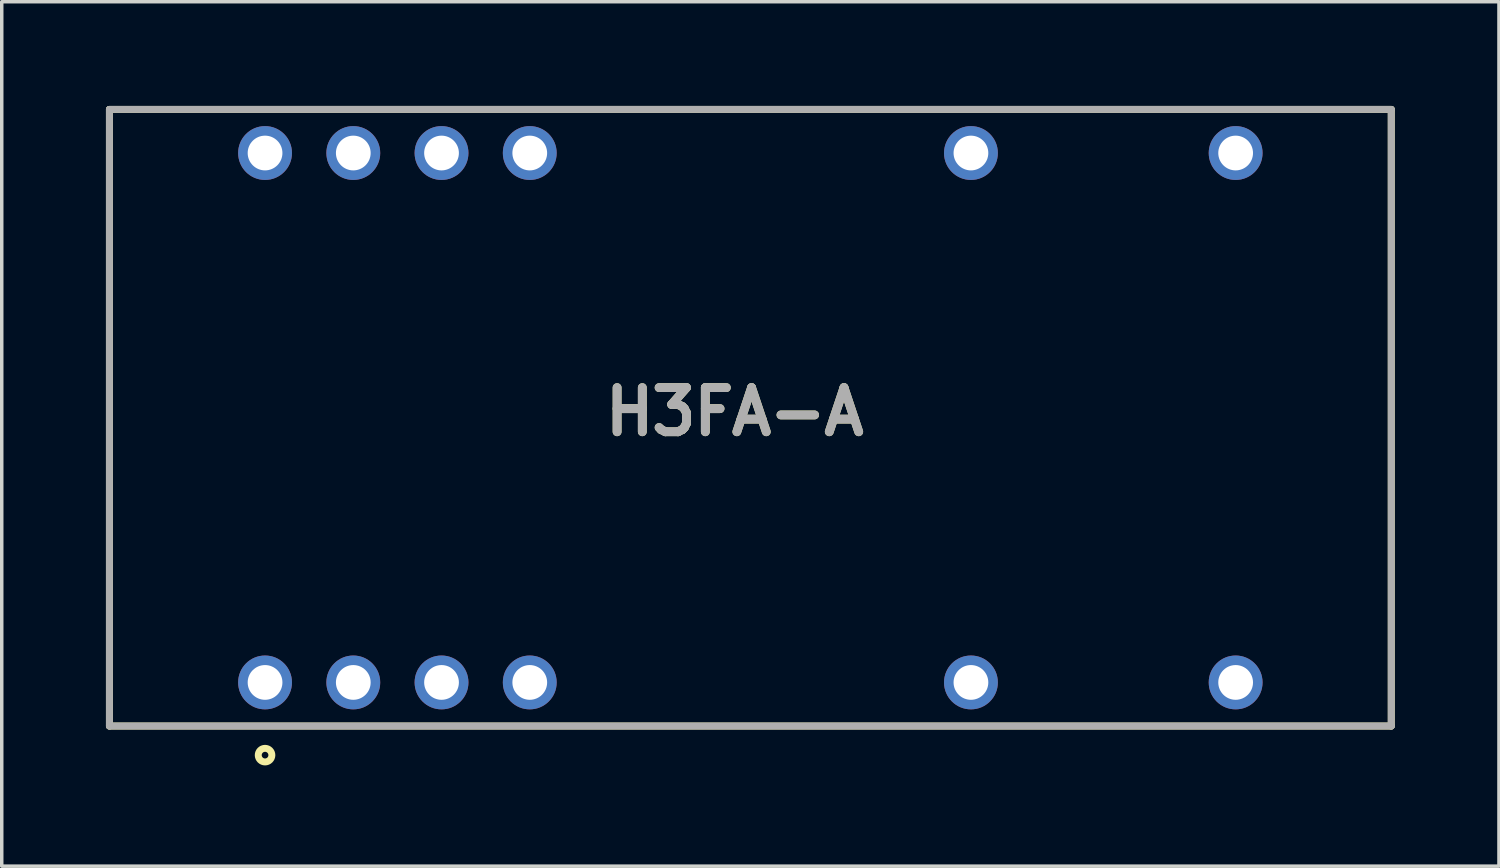
<source format=kicad_pcb>
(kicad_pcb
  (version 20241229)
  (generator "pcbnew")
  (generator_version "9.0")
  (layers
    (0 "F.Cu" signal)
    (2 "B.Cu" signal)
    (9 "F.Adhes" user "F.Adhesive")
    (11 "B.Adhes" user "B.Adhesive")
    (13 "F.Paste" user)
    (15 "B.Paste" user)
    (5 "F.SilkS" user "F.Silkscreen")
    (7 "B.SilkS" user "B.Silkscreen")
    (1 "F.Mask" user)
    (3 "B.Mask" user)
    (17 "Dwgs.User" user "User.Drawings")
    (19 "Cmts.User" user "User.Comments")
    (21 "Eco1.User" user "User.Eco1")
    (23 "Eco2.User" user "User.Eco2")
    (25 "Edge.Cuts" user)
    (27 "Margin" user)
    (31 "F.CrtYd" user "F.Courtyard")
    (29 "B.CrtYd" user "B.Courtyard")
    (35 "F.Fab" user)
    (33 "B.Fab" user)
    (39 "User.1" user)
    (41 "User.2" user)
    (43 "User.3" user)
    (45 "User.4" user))
  (footprint "H3FA-A"
    (layer "F.Cu")
    (at 18.55 8.975)
    (property "Reference" "H3FA-A" (at -0.449 -0.171 0) (layer "F.SilkS") (effects (font (size 1.27 1.27) (thickness 0.254))))
    (attr through_hole)
    (fp_line (start -18.45 -8.875) (end 18.45 -8.875) (stroke (width 0.2) (type solid)) (layer "F.SilkS"))
    (fp_line (start -18.45 8.875) (end -18.45 -8.875) (stroke (width 0.2) (type solid)) (layer "F.SilkS"))
    (fp_line (start 18.45 -8.875) (end 18.45 8.875) (stroke (width 0.2) (type solid)) (layer "F.SilkS"))
    (fp_line (start 18.45 8.875) (end -18.45 8.875) (stroke (width 0.2) (type solid)) (layer "F.SilkS"))
    (fp_circle (center -13.97 9.713) (end -13.97 9.809) (stroke (width 0.2) (type solid)) (fill no) (layer "F.SilkS"))
    (fp_line (start -18.45 -8.875) (end 18.45 -8.875) (stroke (width 0.2) (type solid)) (layer "F.Fab"))
    (fp_line (start -18.45 8.875) (end -18.45 -8.875) (stroke (width 0.2) (type solid)) (layer "F.Fab"))
    (fp_line (start 18.45 -8.875) (end 18.45 8.875) (stroke (width 0.2) (type solid)) (layer "F.Fab"))
    (fp_line (start 18.45 8.875) (end -18.45 8.875) (stroke (width 0.2) (type solid)) (layer "F.Fab"))
    (fp_text user "${REFERENCE}" (at -0.449 -0.171 0) (layer "F.Fab") (effects (font (size 1.27 1.27) (thickness 0.254))))
    (pad "1" thru_hole circle (at -13.97 7.62) (size 1.55 1.55) (drill 1) (layers "*.Cu" "*.Mask"))
    (pad "2" thru_hole circle (at -11.43 7.62) (size 1.55 1.55) (drill 1) (layers "*.Cu" "*.Mask"))
    (pad "3" thru_hole circle (at -8.89 7.62) (size 1.55 1.55) (drill 1) (layers "*.Cu" "*.Mask"))
    (pad "4" thru_hole circle (at -6.35 7.62) (size 1.55 1.55) (drill 1) (layers "*.Cu" "*.Mask"))
    (pad "9" thru_hole circle (at 6.35 7.62) (size 1.55 1.55) (drill 1) (layers "*.Cu" "*.Mask"))
    (pad "12" thru_hole circle (at 13.97 7.62) (size 1.55 1.55) (drill 1) (layers "*.Cu" "*.Mask"))
    (pad "13" thru_hole circle (at 13.97 -7.62) (size 1.55 1.55) (drill 1) (layers "*.Cu" "*.Mask"))
    (pad "16" thru_hole circle (at 6.35 -7.62) (size 1.55 1.55) (drill 1) (layers "*.Cu" "*.Mask"))
    (pad "21" thru_hole circle (at -6.35 -7.62) (size 1.55 1.55) (drill 1) (layers "*.Cu" "*.Mask"))
    (pad "22" thru_hole circle (at -8.89 -7.62) (size 1.55 1.55) (drill 1) (layers "*.Cu" "*.Mask"))
    (pad "23" thru_hole circle (at -11.43 -7.62) (size 1.55 1.55) (drill 1) (layers "*.Cu" "*.Mask"))
    (pad "24" thru_hole circle (at -13.97 -7.62) (size 1.55 1.55) (drill 1) (layers "*.Cu" "*.Mask")))
  (gr_rect
    (start -3 -3)
    (end 40.1 21.884)
    (stroke (width 0.1) (type default))
    (fill no)
    (layer "Edge.Cuts")))
</source>
